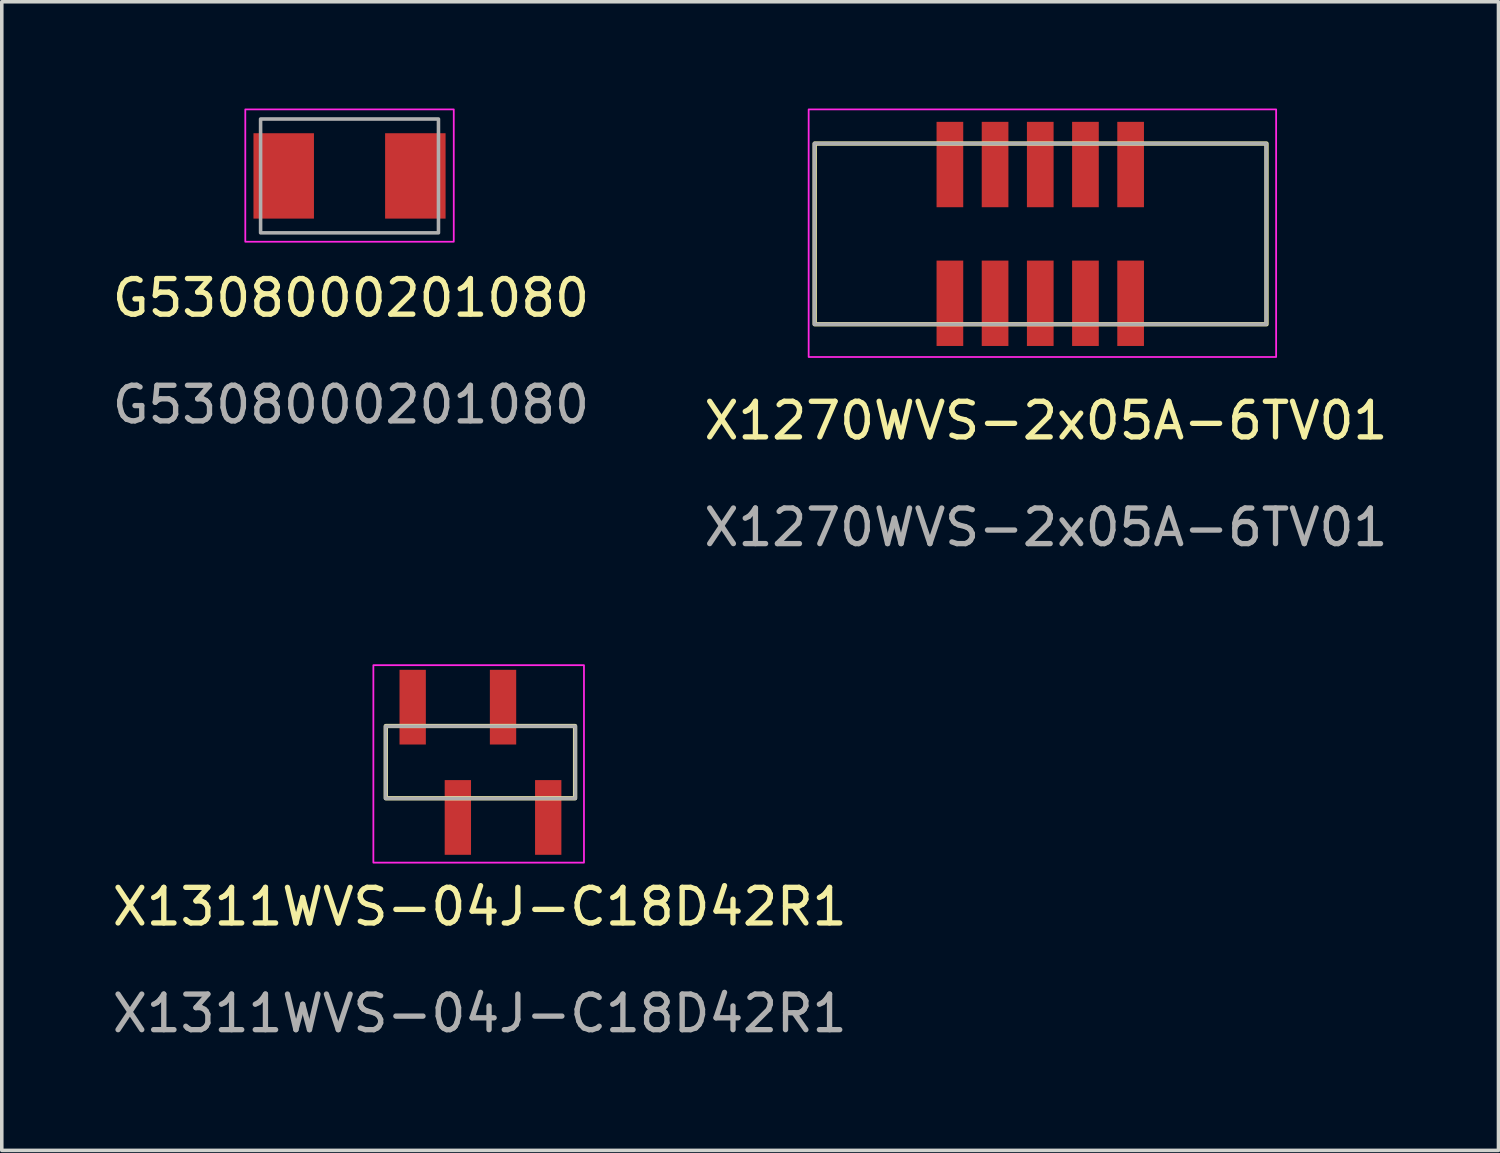
<source format=kicad_pcb>
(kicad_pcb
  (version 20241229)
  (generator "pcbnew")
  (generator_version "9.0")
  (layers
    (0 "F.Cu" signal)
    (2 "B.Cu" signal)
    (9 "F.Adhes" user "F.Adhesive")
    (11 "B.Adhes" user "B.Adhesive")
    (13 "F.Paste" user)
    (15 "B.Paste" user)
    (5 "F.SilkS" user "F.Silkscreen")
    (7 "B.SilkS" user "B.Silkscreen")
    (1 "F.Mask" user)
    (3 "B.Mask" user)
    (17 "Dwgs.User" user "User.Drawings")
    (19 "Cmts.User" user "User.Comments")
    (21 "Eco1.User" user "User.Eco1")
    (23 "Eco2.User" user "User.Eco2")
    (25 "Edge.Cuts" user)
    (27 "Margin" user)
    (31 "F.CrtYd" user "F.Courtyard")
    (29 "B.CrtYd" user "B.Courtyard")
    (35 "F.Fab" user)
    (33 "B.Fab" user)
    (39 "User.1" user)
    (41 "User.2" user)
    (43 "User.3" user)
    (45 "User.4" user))
  (footprint "X1270WVS-2x05A-6TV01"
    (layer "F.Cu")
    (at 26.191 3.525)
    (property "Reference" "X1270WVS-2x05A-6TV01" (at 0.16 5.25 0) (unlocked yes) (layer "F.SilkS") (effects (font (size 1 1) (thickness 0.15))))
    (attr smd)
    (fp_rect (start -6.34 -2.54) (end 6.36 2.54) (stroke (width 0.12) (type solid)) (fill no) (layer "F.SilkS"))
    (fp_rect (start 6.63 -3.5) (end -6.51 3.46) (stroke (width 0.05) (type solid)) (fill no) (layer "F.CrtYd"))
    (fp_rect (start -6.35 -2.54) (end 6.35 2.54) (stroke (width 0.1) (type solid)) (fill no) (layer "F.Fab"))
    (fp_text user "${REFERENCE}" (at 0.16 8.25 0) (unlocked yes) (layer "F.Fab") (effects (font (size 1 1) (thickness 0.15))))
    (pad "1" smd rect (at -2.54 1.95) (size 0.75 2.4) (layers "F.Cu" "F.Mask" "F.Paste"))
    (pad "2" smd rect (at -2.54 -1.95) (size 0.75 2.4) (layers "F.Cu" "F.Mask" "F.Paste"))
    (pad "3" smd rect (at -1.27 1.95) (size 0.75 2.4) (layers "F.Cu" "F.Mask" "F.Paste"))
    (pad "4" smd rect (at -1.27 -1.95) (size 0.75 2.4) (layers "F.Cu" "F.Mask" "F.Paste"))
    (pad "5" smd rect (at 0 1.95) (size 0.75 2.4) (layers "F.Cu" "F.Mask" "F.Paste"))
    (pad "6" smd rect (at 0 -1.95) (size 0.75 2.4) (layers "F.Cu" "F.Mask" "F.Paste"))
    (pad "7" smd rect (at 1.27 1.95) (size 0.75 2.4) (layers "F.Cu" "F.Mask" "F.Paste"))
    (pad "8" smd rect (at 1.27 -1.95) (size 0.75 2.4) (layers "F.Cu" "F.Mask" "F.Paste"))
    (pad "9" smd rect (at 2.54 1.95) (size 0.75 2.4) (layers "F.Cu" "F.Mask" "F.Paste"))
    (pad "10" smd rect (at 2.54 -1.95) (size 0.75 2.4) (layers "F.Cu" "F.Mask" "F.Paste")))
  (footprint "X1311WVS-04J-C18D42R1"
    (layer "F.Cu")
    (at 10.455 18.378)
    (property "Reference" "X1311WVS-04J-C18D42R1" (at -0.02 4.06 0) (unlocked yes) (layer "F.SilkS") (effects (font (size 1 1) (thickness 0.15))))
    (attr smd)
    (fp_rect (start -2.66 -1.02) (end 2.66 1.01) (stroke (width 0.12) (type solid)) (fill no) (layer "F.SilkS"))
    (fp_rect (start -3.01 -2.73) (end 2.91 2.82) (stroke (width 0.05) (type solid)) (fill no) (layer "F.CrtYd"))
    (fp_rect (start -2.667 -1.016) (end 2.667 1.016) (stroke (width 0.1) (type solid)) (fill no) (layer "F.Fab"))
    (fp_text user "${REFERENCE}" (at -0.02 7.06 0) (unlocked yes) (layer "F.Fab") (effects (font (size 1 1) (thickness 0.15))))
    (pad "1" smd rect (at -1.905 -1.55) (size 0.74 2.1) (layers "F.Cu" "F.Mask" "F.Paste"))
    (pad "2" smd rect (at -0.635 1.55) (size 0.74 2.1) (layers "F.Cu" "F.Mask" "F.Paste"))
    (pad "3" smd rect (at 0.635 -1.55) (size 0.74 2.1) (layers "F.Cu" "F.Mask" "F.Paste"))
    (pad "4" smd rect (at 1.905 1.55) (size 0.74 2.1) (layers "F.Cu" "F.Mask" "F.Paste")))
  (footprint "G5308000201080"
    (layer "F.Cu")
    (at 6.775 1.895)
    (property "Reference" "G5308000201080" (at 0.04 3.43 0) (unlocked yes) (layer "F.SilkS") (effects (font (size 1 1) (thickness 0.15))))
    (attr smd)
    (fp_rect (start 2.93 -1.87) (end -2.93 1.85) (stroke (width 0.05) (type solid)) (fill no) (layer "F.CrtYd"))
    (fp_rect (start -2.5 -1.6) (end 2.5 1.6) (stroke (width 0.1) (type solid)) (fill no) (layer "F.Fab"))
    (fp_text user "${REFERENCE}" (at 0.04 6.43 0) (unlocked yes) (layer "F.Fab") (effects (font (size 1 1) (thickness 0.15))))
    (pad "1" smd rect (at -1.85 0) (size 1.7 2.4) (layers "F.Cu" "F.Mask" "F.Paste"))
    (pad "2" smd rect (at 1.85 0) (size 1.7 2.4) (layers "F.Cu" "F.Mask" "F.Paste")))
  (gr_rect
    (start -3 -3)
    (end 39.071 29.287)
    (stroke (width 0.1) (type default))
    (fill no)
    (layer "Edge.Cuts")))
</source>
